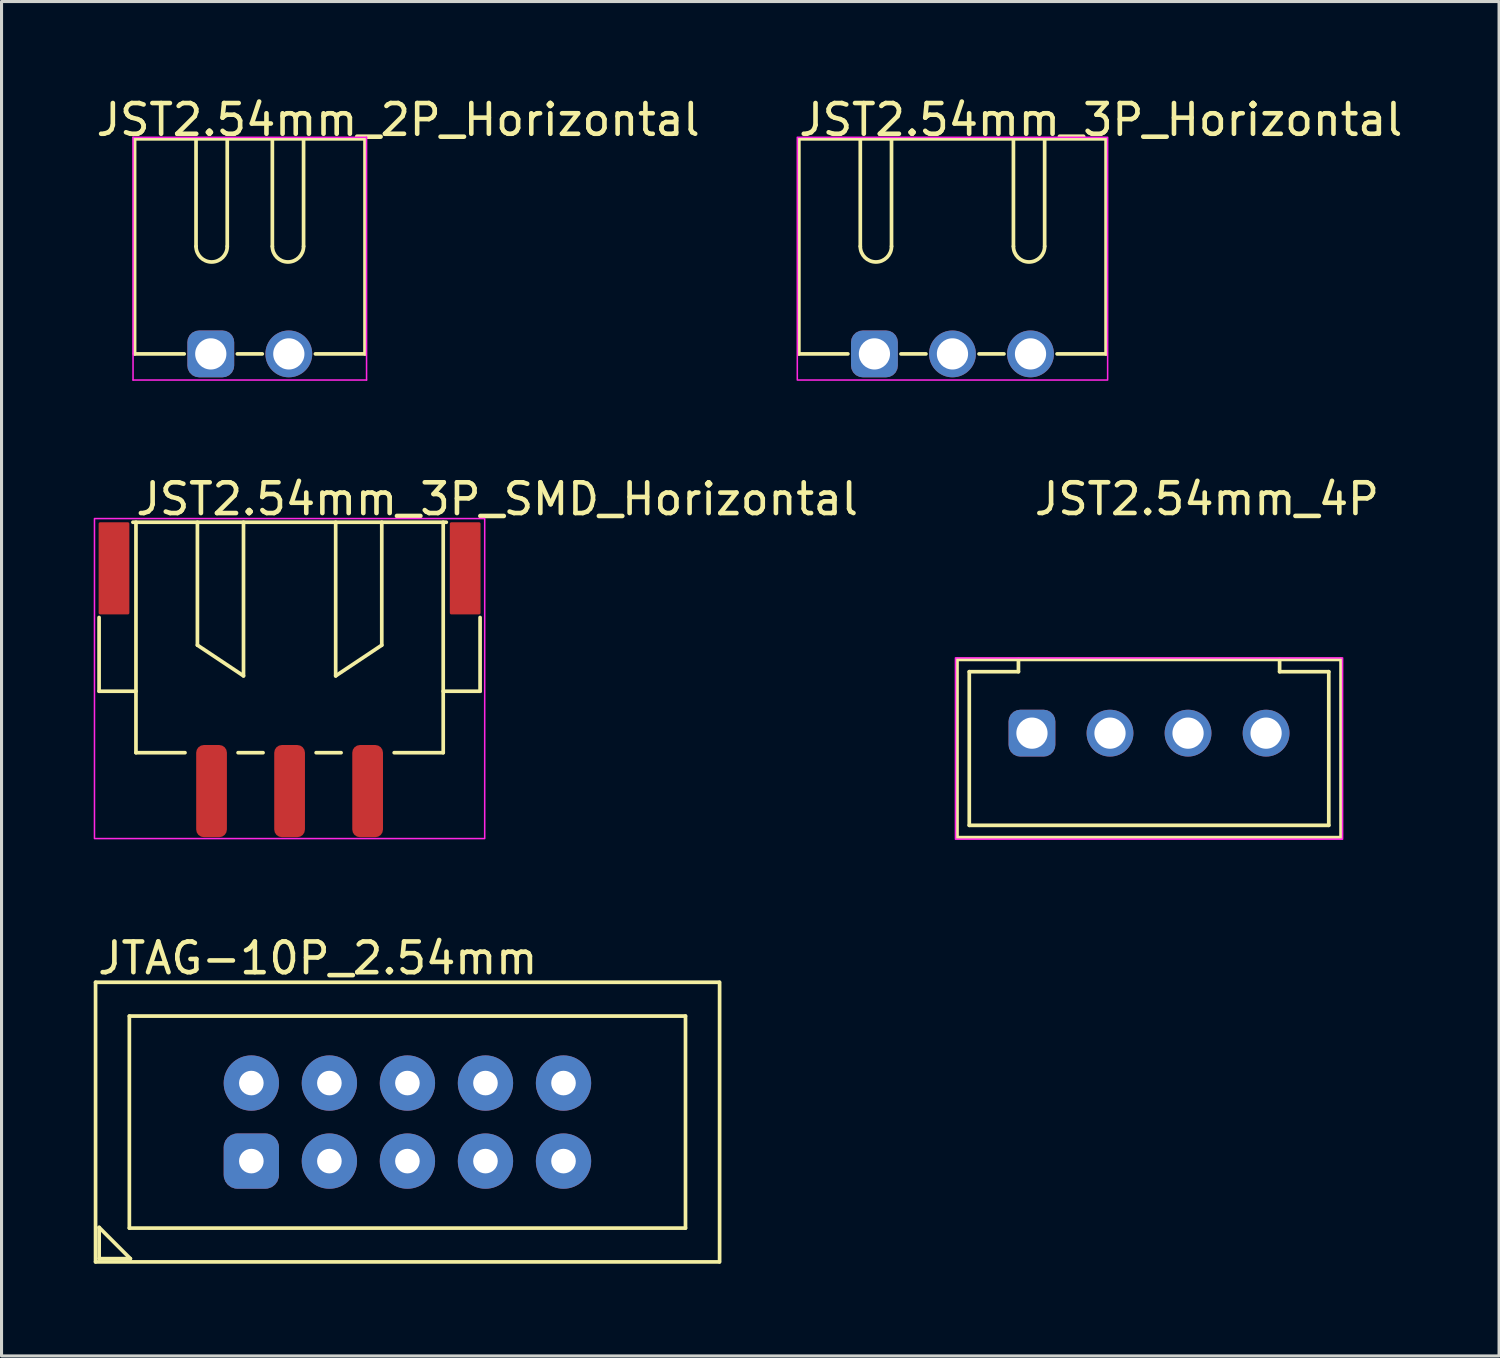
<source format=kicad_pcb>
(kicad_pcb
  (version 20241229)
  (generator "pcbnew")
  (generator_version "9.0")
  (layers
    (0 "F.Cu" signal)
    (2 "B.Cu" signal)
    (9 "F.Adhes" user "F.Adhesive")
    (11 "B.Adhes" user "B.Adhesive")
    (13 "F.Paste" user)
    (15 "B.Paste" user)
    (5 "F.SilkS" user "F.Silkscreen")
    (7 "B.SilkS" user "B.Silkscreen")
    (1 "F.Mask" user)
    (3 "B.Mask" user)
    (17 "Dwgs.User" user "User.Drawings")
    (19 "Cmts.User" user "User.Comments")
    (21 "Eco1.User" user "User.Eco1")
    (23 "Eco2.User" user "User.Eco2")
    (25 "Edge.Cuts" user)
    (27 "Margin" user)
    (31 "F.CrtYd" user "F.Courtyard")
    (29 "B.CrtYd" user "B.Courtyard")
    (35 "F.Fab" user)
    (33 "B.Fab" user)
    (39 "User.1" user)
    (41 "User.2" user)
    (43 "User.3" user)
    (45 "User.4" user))
  (footprint "JST2.54mm_3P_Horizontal"
    (layer "F.Cu")
    (at 27.949 8.468)
    (property "Reference" "JST2.54mm_3P_Horizontal" (at -5.08 -7.62 0) (layer "F.SilkS") (effects (font (size 1 1) (thickness 0.15)) (justify left)))
    (attr through_hole)
    (fp_line (start -5 -7) (end -5 0) (stroke (width 0.12) (type solid)) (layer "F.SilkS"))
    (fp_line (start -5 -7) (end 5 -7) (stroke (width 0.12) (type solid)) (layer "F.SilkS"))
    (fp_line (start -5 0) (end -3.404 0) (stroke (width 0.12) (type solid)) (layer "F.SilkS"))
    (fp_line (start -3 -7) (end -3 -3.5) (stroke (width 0.12) (type solid)) (layer "F.SilkS"))
    (fp_line (start -1.984 -7) (end -1.984 -3.5) (stroke (width 0.12) (type solid)) (layer "F.SilkS"))
    (fp_line (start -1.676 0) (end -0.864 0) (stroke (width 0.12) (type solid)) (layer "F.SilkS"))
    (fp_line (start 0.864 0) (end 1.676 0) (stroke (width 0.12) (type solid)) (layer "F.SilkS"))
    (fp_line (start 1.984 -7) (end 1.984 -3.5) (stroke (width 0.12) (type solid)) (layer "F.SilkS"))
    (fp_line (start 3 -7) (end 3 -3.5) (stroke (width 0.12) (type solid)) (layer "F.SilkS"))
    (fp_line (start 5 -7) (end 5 0) (stroke (width 0.12) (type solid)) (layer "F.SilkS"))
    (fp_line (start 5 0) (end 3.404 0) (stroke (width 0.12) (type solid)) (layer "F.SilkS"))
    (fp_arc (start -1.984 -3.5) (mid -2.492 -2.992) (end -3 -3.5) (stroke (width 0.12) (type solid)) (layer "F.SilkS"))
    (fp_arc (start 3 -3.5) (mid 2.492 -2.992) (end 1.984 -3.5) (stroke (width 0.12) (type solid)) (layer "F.SilkS"))
    (fp_rect (start -5.05 -7.05) (end 5.05 0.85) (stroke (width 0.05) (type default)) (fill no) (layer "F.CrtYd"))
    (pad "1" thru_hole roundrect (at -2.54 0) (size 1.524 1.524) (drill 1.016) (layers "*.Cu" "*.Mask") (roundrect_rratio 0.25))
    (pad "2" thru_hole circle (at 0 0) (size 1.524 1.524) (drill 1.016) (layers "*.Cu" "*.Mask"))
    (pad "3" thru_hole circle (at 2.54 0) (size 1.524 1.524) (drill 1.016) (layers "*.Cu" "*.Mask")))
  (footprint "JTAG-10P_2.54mm"
    (layer "F.Cu")
    (at 5.13 34.739)
    (property "Reference" "JTAG-10P_2.54mm" (at -5.08 -6.604 180) (layer "F.SilkS") (effects (font (size 1 1) (thickness 0.15)) (justify left)))
    (attr through_hole)
    (fp_line (start -5.07 -5.82) (end 15.23 -5.82) (stroke (width 0.12) (type solid)) (layer "F.SilkS"))
    (fp_line (start -5.07 3.28) (end -5.07 -5.82) (stroke (width 0.12) (type solid)) (layer "F.SilkS"))
    (fp_line (start -5.07 3.28) (end 15.23 3.28) (stroke (width 0.12) (type solid)) (layer "F.SilkS"))
    (fp_line (start -4.953 2.159) (end -3.937 3.175) (stroke (width 0.12) (type solid)) (layer "F.SilkS"))
    (fp_line (start -4.953 3.175) (end -4.953 2.159) (stroke (width 0.12) (type solid)) (layer "F.SilkS"))
    (fp_line (start -3.97 -4.72) (end -3.97 2.18) (stroke (width 0.12) (type solid)) (layer "F.SilkS"))
    (fp_line (start -3.97 -4.72) (end 14.13 -4.72) (stroke (width 0.12) (type solid)) (layer "F.SilkS"))
    (fp_line (start -3.937 3.175) (end -4.953 3.175) (stroke (width 0.12) (type solid)) (layer "F.SilkS"))
    (fp_line (start 14.13 2.18) (end -3.97 2.18) (stroke (width 0.12) (type solid)) (layer "F.SilkS"))
    (fp_line (start 14.13 2.18) (end 14.13 -4.72) (stroke (width 0.12) (type solid)) (layer "F.SilkS"))
    (fp_line (start 15.24 3.28) (end 15.24 -5.82) (stroke (width 0.12) (type solid)) (layer "F.SilkS"))
    (pad "1" thru_hole roundrect (at 0 0 180) (size 1.8 1.8) (drill 0.8) (layers "*.Cu" "*.Mask") (roundrect_rratio 0.25))
    (pad "2" thru_hole circle (at 0 -2.54 180) (size 1.8 1.8) (drill 0.8) (layers "*.Cu" "*.Mask"))
    (pad "3" thru_hole circle (at 2.54 0 180) (size 1.8 1.8) (drill 0.8) (layers "*.Cu" "*.Mask"))
    (pad "4" thru_hole circle (at 2.54 -2.54 180) (size 1.8 1.8) (drill 0.8) (layers "*.Cu" "*.Mask"))
    (pad "5" thru_hole circle (at 5.08 0 180) (size 1.8 1.8) (drill 0.8) (layers "*.Cu" "*.Mask"))
    (pad "6" thru_hole circle (at 5.08 -2.54 180) (size 1.8 1.8) (drill 0.8) (layers "*.Cu" "*.Mask"))
    (pad "7" thru_hole circle (at 7.62 0 180) (size 1.8 1.8) (drill 0.8) (layers "*.Cu" "*.Mask"))
    (pad "8" thru_hole circle (at 7.62 -2.54 180) (size 1.8 1.8) (drill 0.8) (layers "*.Cu" "*.Mask"))
    (pad "9" thru_hole circle (at 10.16 0 180) (size 1.8 1.8) (drill 0.8) (layers "*.Cu" "*.Mask"))
    (pad "10" thru_hole circle (at 10.16 -2.54 180) (size 1.8 1.8) (drill 0.8) (layers "*.Cu" "*.Mask")))
  (footprint "JST2.54mm_4P"
    (layer "F.Cu")
    (at 34.346 20.811)
    (property "Reference" "JST2.54mm_4P" (at -3.81 -7.62 0) (layer "F.SilkS") (effects (font (size 1 1) (thickness 0.15)) (justify left)))
    (attr through_hole)
    (fp_line (start -6.25 -2.4) (end -6.25 3.4) (stroke (width 0.12) (type solid)) (layer "F.SilkS"))
    (fp_line (start -6.25 -2.4) (end 6.25 -2.4) (stroke (width 0.12) (type solid)) (layer "F.SilkS"))
    (fp_line (start -6.25 3.4) (end 6.25 3.4) (stroke (width 0.12) (type solid)) (layer "F.SilkS"))
    (fp_line (start -5.85 -2) (end -5.85 3) (stroke (width 0.12) (type solid)) (layer "F.SilkS"))
    (fp_line (start -5.85 3) (end 5.85 3) (stroke (width 0.12) (type solid)) (layer "F.SilkS"))
    (fp_line (start -4.25 -2) (end -5.85 -2) (stroke (width 0.12) (type solid)) (layer "F.SilkS"))
    (fp_line (start -4.25 -2) (end -4.25 -2.4) (stroke (width 0.12) (type solid)) (layer "F.SilkS"))
    (fp_line (start 4.25 -2) (end 4.25 -2.4) (stroke (width 0.12) (type solid)) (layer "F.SilkS"))
    (fp_line (start 5.85 -2) (end 4.25 -2) (stroke (width 0.12) (type solid)) (layer "F.SilkS"))
    (fp_line (start 5.85 -2) (end 5.85 3) (stroke (width 0.12) (type solid)) (layer "F.SilkS"))
    (fp_line (start 6.25 -2.4) (end 6.25 3.4) (stroke (width 0.12) (type solid)) (layer "F.SilkS"))
    (fp_rect (start -6.3 -2.45) (end 6.3 3.45) (stroke (width 0.05) (type default)) (fill no) (layer "F.CrtYd"))
    (pad "1" thru_hole roundrect (at -3.81 0) (size 1.524 1.524) (drill 1.016) (layers "*.Cu" "*.Mask") (roundrect_rratio 0.25))
    (pad "2" thru_hole circle (at -1.27 0) (size 1.524 1.524) (drill 1.016) (layers "*.Cu" "*.Mask"))
    (pad "3" thru_hole circle (at 1.27 0) (size 1.524 1.524) (drill 1.016) (layers "*.Cu" "*.Mask"))
    (pad "4" thru_hole circle (at 3.81 0) (size 1.524 1.524) (drill 1.016) (layers "*.Cu" "*.Mask")))
  (footprint "JST2.54mm_2P_Horizontal"
    (layer "F.Cu")
    (at 5.08 8.468)
    (property "Reference" "JST2.54mm_2P_Horizontal" (at -5.08 -7.62 0) (layer "F.SilkS") (effects (font (size 1 1) (thickness 0.15)) (justify left)))
    (attr through_hole)
    (fp_line (start -3.75 -7) (end -3.75 0) (stroke (width 0.12) (type solid)) (layer "F.SilkS"))
    (fp_line (start -3.75 -7) (end 3.75 -7) (stroke (width 0.12) (type solid)) (layer "F.SilkS"))
    (fp_line (start -3.75 0) (end -2.134 0) (stroke (width 0.12) (type solid)) (layer "F.SilkS"))
    (fp_line (start -1.75 -7) (end -1.75 -3.5) (stroke (width 0.12) (type solid)) (layer "F.SilkS"))
    (fp_line (start -0.734 -7) (end -0.734 -3.5) (stroke (width 0.12) (type solid)) (layer "F.SilkS"))
    (fp_line (start -0.406 0) (end 0.406 0) (stroke (width 0.12) (type solid)) (layer "F.SilkS"))
    (fp_line (start 0.734 -7) (end 0.734 -3.5) (stroke (width 0.12) (type solid)) (layer "F.SilkS"))
    (fp_line (start 1.75 -7) (end 1.75 -3.5) (stroke (width 0.12) (type solid)) (layer "F.SilkS"))
    (fp_line (start 3.75 -7) (end 3.75 0) (stroke (width 0.12) (type solid)) (layer "F.SilkS"))
    (fp_line (start 3.75 0) (end 2.134 0) (stroke (width 0.12) (type solid)) (layer "F.SilkS"))
    (fp_arc (start -0.734 -3.5) (mid -1.242 -2.992) (end -1.75 -3.5) (stroke (width 0.12) (type solid)) (layer "F.SilkS"))
    (fp_arc (start 1.75 -3.5) (mid 1.242 -2.992) (end 0.734 -3.5) (stroke (width 0.12) (type solid)) (layer "F.SilkS"))
    (fp_line (start -3.8 -7.05) (end -3.8 0.85) (stroke (width 0.05) (type default)) (layer "F.CrtYd"))
    (fp_line (start -3.8 0.85) (end 3.8 0.85) (stroke (width 0.05) (type default)) (layer "F.CrtYd"))
    (fp_line (start 3.8 -7.05) (end -3.8 -7.05) (stroke (width 0.05) (type default)) (layer "F.CrtYd"))
    (fp_line (start 3.8 0.85) (end 3.8 -7.05) (stroke (width 0.05) (type default)) (layer "F.CrtYd"))
    (pad "1" thru_hole roundrect (at -1.27 0) (size 1.524 1.524) (drill 1.016) (layers "*.Cu" "*.Mask") (roundrect_rratio 0.25))
    (pad "2" thru_hole circle (at 1.27 0) (size 1.524 1.524) (drill 1.016) (layers "*.Cu" "*.Mask")))
  (footprint "JST2.54mm_3P_SMD_Horizontal"
    (layer "F.Cu")
    (at 6.375 21.447)
    (property "Reference" "JST2.54mm_3P_SMD_Horizontal" (at -5.08 -8.255 0) (layer "F.SilkS") (effects (font (size 1 1) (thickness 0.15)) (justify left)))
    (attr smd)
    (fp_line (start -6.2 -4.4) (end -6.2 -2) (stroke (width 0.12) (type solid)) (layer "F.SilkS"))
    (fp_line (start -6.2 -2) (end -5 -2) (stroke (width 0.12) (type solid)) (layer "F.SilkS"))
    (fp_line (start -5.1 -7.5) (end 5.1 -7.5) (stroke (width 0.12) (type solid)) (layer "F.SilkS"))
    (fp_line (start -5 -7.5) (end -5 0) (stroke (width 0.12) (type solid)) (layer "F.SilkS"))
    (fp_line (start -5 0) (end -3.404 0) (stroke (width 0.12) (type solid)) (layer "F.SilkS"))
    (fp_line (start -3 -7.5) (end -3 -3.5) (stroke (width 0.12) (type solid)) (layer "F.SilkS"))
    (fp_line (start -1.676 0) (end -0.864 0) (stroke (width 0.12) (type solid)) (layer "F.SilkS"))
    (fp_line (start -1.5 -7.5) (end -1.5 -2.5) (stroke (width 0.12) (type solid)) (layer "F.SilkS"))
    (fp_line (start -1.5 -2.5) (end -3 -3.5) (stroke (width 0.12) (type solid)) (layer "F.SilkS"))
    (fp_line (start 0.864 0) (end 1.676 0) (stroke (width 0.12) (type solid)) (layer "F.SilkS"))
    (fp_line (start 1.5 -7.5) (end 1.5 -2.5) (stroke (width 0.12) (type solid)) (layer "F.SilkS"))
    (fp_line (start 1.5 -2.5) (end 3 -3.5) (stroke (width 0.12) (type solid)) (layer "F.SilkS"))
    (fp_line (start 3 -7.5) (end 3 -3.5) (stroke (width 0.12) (type solid)) (layer "F.SilkS"))
    (fp_line (start 5 -7.5) (end 5 0) (stroke (width 0.12) (type solid)) (layer "F.SilkS"))
    (fp_line (start 5 -2) (end 6.2 -2) (stroke (width 0.12) (type solid)) (layer "F.SilkS"))
    (fp_line (start 5 0) (end 3.404 0) (stroke (width 0.12) (type solid)) (layer "F.SilkS"))
    (fp_line (start 6.2 -4.4) (end 6.2 -2) (stroke (width 0.12) (type solid)) (layer "F.SilkS"))
    (fp_rect (start -6.35 -7.62) (end 6.35 2.794) (stroke (width 0.05) (type default)) (fill no) (layer "F.CrtYd"))
    (pad "1" smd roundrect (at -2.54 0) (size 1 3) (drill (offset 0 1.25)) (layers "F.Cu" "F.Mask" "F.Paste") (roundrect_rratio 0.25))
    (pad "2" smd roundrect (at 0 0) (size 1 3) (drill (offset 0 1.25)) (layers "F.Cu" "F.Mask" "F.Paste") (roundrect_rratio 0.25))
    (pad "3" smd roundrect (at 2.54 0) (size 1 3) (drill (offset 0 1.25)) (layers "F.Cu" "F.Mask" "F.Paste") (roundrect_rratio 0.25))
    (pad "NC" smd roundrect (at -5.715 -7.5) (size 1 3) (drill (offset 0 1.5)) (layers "F.Cu" "F.Mask" "F.Paste") (roundrect_rratio 0.05))
    (pad "NC" smd roundrect (at 5.715 -7.5) (size 1 3) (drill (offset 0 1.5)) (layers "F.Cu" "F.Mask" "F.Paste") (roundrect_rratio 0.05)))
  (gr_rect
    (start -3 -3)
    (end 45.738 41.079)
    (stroke (width 0.1) (type default))
    (fill no)
    (layer "Edge.Cuts")))
</source>
